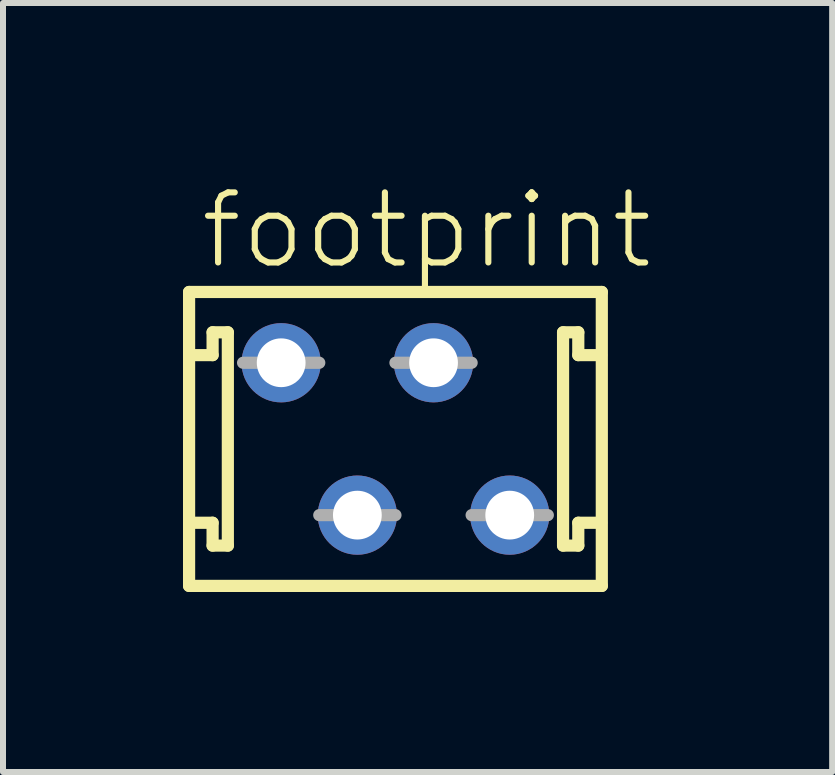
<source format=kicad_pcb>
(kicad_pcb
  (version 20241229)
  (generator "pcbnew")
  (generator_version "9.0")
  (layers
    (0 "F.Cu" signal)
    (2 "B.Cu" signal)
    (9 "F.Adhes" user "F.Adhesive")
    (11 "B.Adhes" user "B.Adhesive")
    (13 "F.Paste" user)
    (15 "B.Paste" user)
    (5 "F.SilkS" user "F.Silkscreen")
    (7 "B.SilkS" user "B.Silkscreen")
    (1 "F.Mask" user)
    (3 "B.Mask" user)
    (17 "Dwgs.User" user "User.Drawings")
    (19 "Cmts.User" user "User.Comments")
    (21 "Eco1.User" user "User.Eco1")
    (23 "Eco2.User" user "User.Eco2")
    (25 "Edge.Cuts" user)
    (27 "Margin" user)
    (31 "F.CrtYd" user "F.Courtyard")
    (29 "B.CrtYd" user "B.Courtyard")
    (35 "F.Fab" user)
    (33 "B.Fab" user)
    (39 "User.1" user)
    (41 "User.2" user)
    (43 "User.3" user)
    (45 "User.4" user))
  (footprint "footprint"
    (layer "F.Cu")
    (at 3.542 4.267)
    (property "Reference" "footprint" (at -3.302 -2.794 0) (layer "F.SilkS") (effects (font (size 1.168 1.168) (thickness 0.102)) (justify left bottom)))
    (fp_line (start -3.44 -2.45) (end 3.44 -2.45) (stroke (width 0.203) (type solid)) (layer "F.SilkS"))
    (fp_line (start -3.44 2.45) (end -3.44 -2.45) (stroke (width 0.203) (type solid)) (layer "F.SilkS"))
    (fp_line (start -3.048 -1.778) (end -3.048 -1.397) (stroke (width 0.203) (type solid)) (layer "F.SilkS"))
    (fp_line (start -3.048 -1.397) (end -3.429 -1.397) (stroke (width 0.203) (type solid)) (layer "F.SilkS"))
    (fp_line (start -3.048 1.397) (end -3.429 1.397) (stroke (width 0.203) (type solid)) (layer "F.SilkS"))
    (fp_line (start -3.048 1.778) (end -3.048 1.397) (stroke (width 0.203) (type solid)) (layer "F.SilkS"))
    (fp_line (start -2.794 -1.778) (end -3.048 -1.778) (stroke (width 0.203) (type solid)) (layer "F.SilkS"))
    (fp_line (start -2.794 1.778) (end -3.048 1.778) (stroke (width 0.203) (type solid)) (layer "F.SilkS"))
    (fp_line (start -2.794 1.778) (end -2.794 -1.778) (stroke (width 0.203) (type solid)) (layer "F.SilkS"))
    (fp_line (start 2.794 -1.778) (end 2.794 1.778) (stroke (width 0.203) (type solid)) (layer "F.SilkS"))
    (fp_line (start 2.794 -1.778) (end 3.048 -1.778) (stroke (width 0.203) (type solid)) (layer "F.SilkS"))
    (fp_line (start 2.794 1.778) (end 3.048 1.778) (stroke (width 0.203) (type solid)) (layer "F.SilkS"))
    (fp_line (start 3.048 -1.778) (end 3.048 -1.397) (stroke (width 0.203) (type solid)) (layer "F.SilkS"))
    (fp_line (start 3.048 -1.397) (end 3.429 -1.397) (stroke (width 0.203) (type solid)) (layer "F.SilkS"))
    (fp_line (start 3.048 1.397) (end 3.429 1.397) (stroke (width 0.203) (type solid)) (layer "F.SilkS"))
    (fp_line (start 3.048 1.778) (end 3.048 1.397) (stroke (width 0.203) (type solid)) (layer "F.SilkS"))
    (fp_line (start 3.44 -2.45) (end 3.44 2.45) (stroke (width 0.203) (type solid)) (layer "F.SilkS"))
    (fp_line (start 3.44 2.45) (end -3.44 2.45) (stroke (width 0.203) (type solid)) (layer "F.SilkS"))
    (fp_line (start -2.54 -1.27) (end -1.27 -1.27) (stroke (width 0.203) (type solid)) (layer "F.Fab"))
    (fp_line (start -1.27 1.27) (end 0 1.27) (stroke (width 0.203) (type solid)) (layer "F.Fab"))
    (fp_line (start 0 -1.27) (end 1.27 -1.27) (stroke (width 0.203) (type solid)) (layer "F.Fab"))
    (fp_line (start 1.27 1.27) (end 2.54 1.27) (stroke (width 0.203) (type solid)) (layer "F.Fab"))
    (pad "1" thru_hole circle (at -1.905 -1.27) (size 1.321 1.321) (drill 0.813) (layers "*.Cu" "*.Mask"))
    (pad "2" thru_hole circle (at -0.635 1.27) (size 1.321 1.321) (drill 0.813) (layers "*.Cu" "*.Mask"))
    (pad "3" thru_hole circle (at 0.635 -1.27) (size 1.321 1.321) (drill 0.813) (layers "*.Cu" "*.Mask"))
    (pad "4" thru_hole circle (at 1.905 1.27) (size 1.321 1.321) (drill 0.813) (layers "*.Cu" "*.Mask")))
  (gr_rect
    (start -3 -3)
    (end 10.822 9.819)
    (stroke (width 0.1) (type default))
    (fill no)
    (layer "Edge.Cuts")))
</source>
